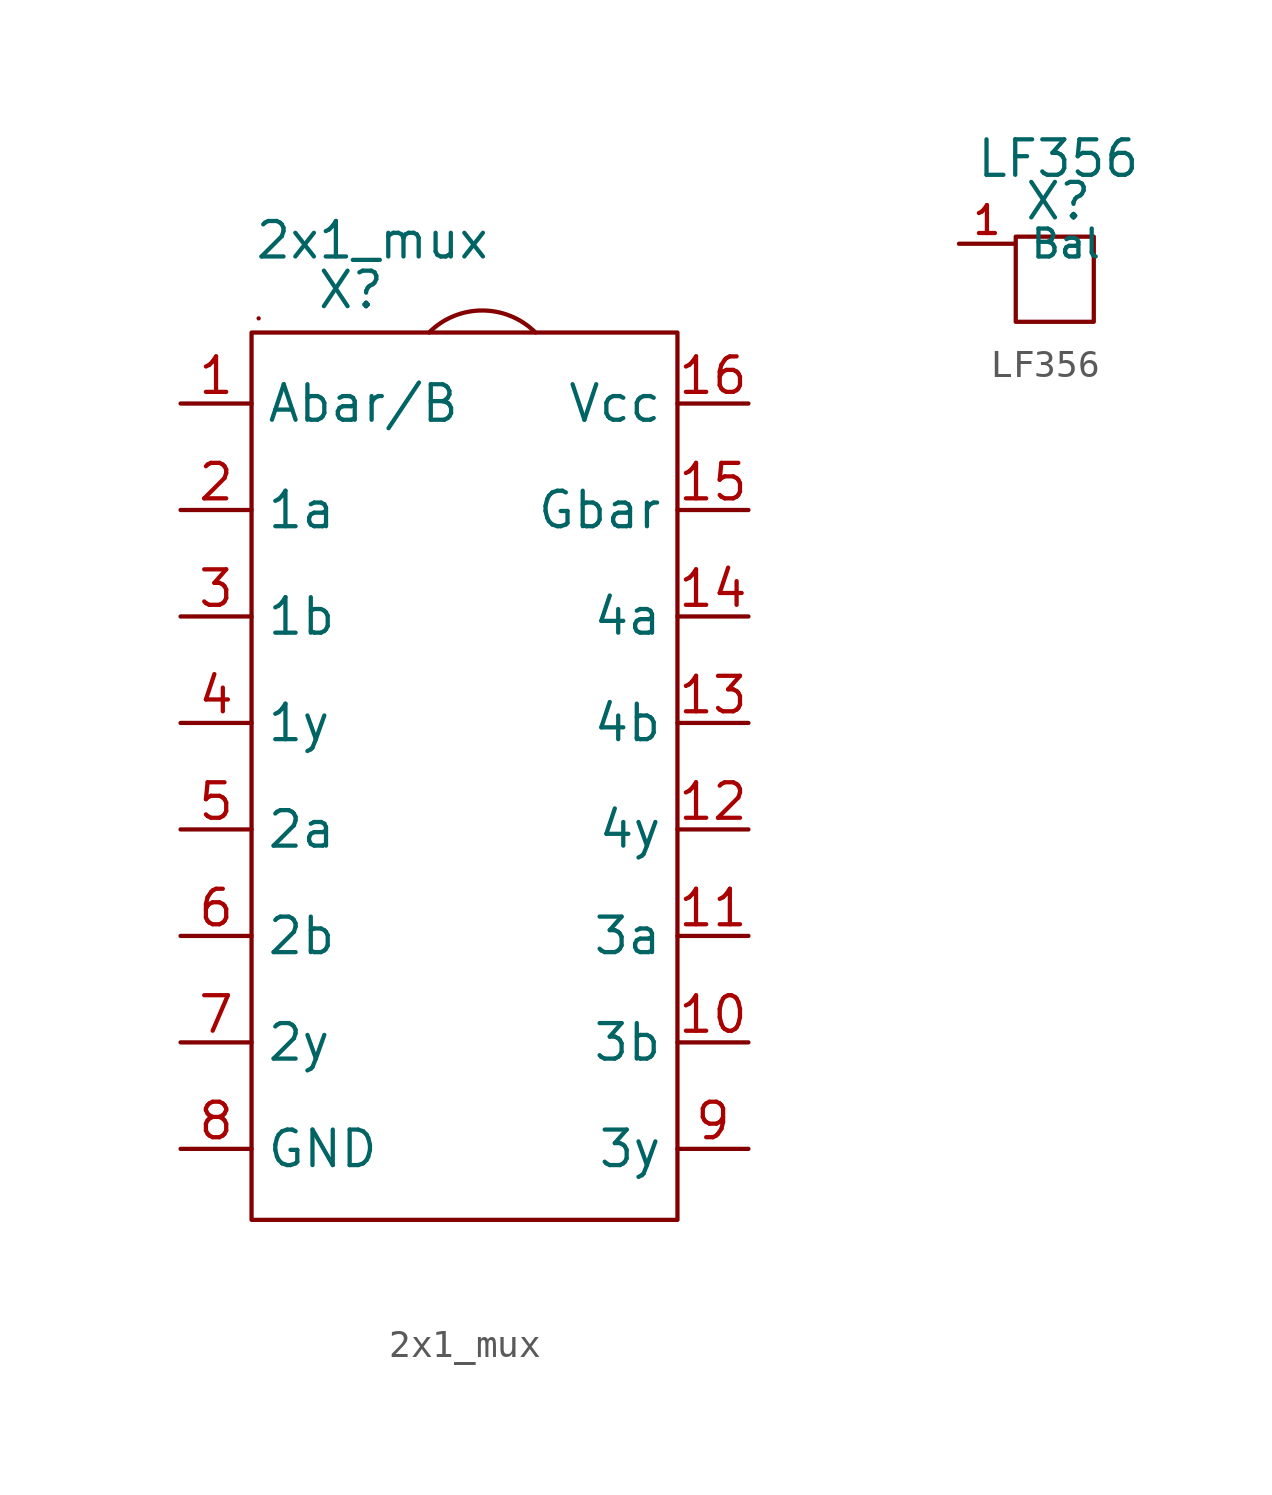
<source format=kicad_sym>
(kicad_symbol_lib
  (version 20211014)
  (generator kicad_symbol_editor)
  (symbol "2x1_mux"
    (property "Reference" "X"
      (at -0.254 4.064 0)
      (effects (font (size 1.27 1.27))))
    (property "Value" "2x1_mux"
      (at 0.508 5.842 0)
      (effects (font (size 1.27 1.27))))
    (symbol "2x1_mux_0_1"
      (rectangle (start -3.81 2.54) (end 11.43 -29.21) (stroke (width 0) (type default) (color 0 0 0 0)) (fill (type none)))
      (rectangle (start -3.556 3.048) (end -3.556 3.048) (stroke (width 0) (type default) (color 0 0 0 0)) (fill (type none)))
      (arc (start 6.35 2.54) (mid 4.445 7.1391) (end 2.54 2.54) (stroke (width 0) (type default) (color 0 0 0 0)) (fill (type none))))
    (symbol "2x1_mux_1_1"
      (pin input line (at -6.35 0 0) (length 2.54) (name "Abar/B" (effects (font (size 1.27 1.27)))) (number "1" (effects (font (size 1.27 1.27)))))
      (pin input line (at 13.97 -22.86 180) (length 2.54) (name "3b" (effects (font (size 1.27 1.27)))) (number "10" (effects (font (size 1.27 1.27)))))
      (pin input line (at 13.97 -19.05 180) (length 2.54) (name "3a" (effects (font (size 1.27 1.27)))) (number "11" (effects (font (size 1.27 1.27)))))
      (pin output line (at 13.97 -15.24 180) (length 2.54) (name "4y" (effects (font (size 1.27 1.27)))) (number "12" (effects (font (size 1.27 1.27)))))
      (pin input line (at 13.97 -11.43 180) (length 2.54) (name "4b" (effects (font (size 1.27 1.27)))) (number "13" (effects (font (size 1.27 1.27)))))
      (pin input line (at 13.97 -7.62 180) (length 2.54) (name "4a" (effects (font (size 1.27 1.27)))) (number "14" (effects (font (size 1.27 1.27)))))
      (pin input line (at 13.97 -3.81 180) (length 2.54) (name "Gbar" (effects (font (size 1.27 1.27)))) (number "15" (effects (font (size 1.27 1.27)))))
      (pin passive line (at 13.97 0 180) (length 2.54) (name "Vcc" (effects (font (size 1.27 1.27)))) (number "16" (effects (font (size 1.27 1.27)))))
      (pin input line (at -6.35 -3.81 0) (length 2.54) (name "1a" (effects (font (size 1.27 1.27)))) (number "2" (effects (font (size 1.27 1.27)))))
      (pin input line (at -6.35 -7.62 0) (length 2.54) (name "1b" (effects (font (size 1.27 1.27)))) (number "3" (effects (font (size 1.27 1.27)))))
      (pin output line (at -6.35 -11.43 0) (length 2.54) (name "1y" (effects (font (size 1.27 1.27)))) (number "4" (effects (font (size 1.27 1.27)))))
      (pin input line (at -6.35 -15.24 0) (length 2.54) (name "2a" (effects (font (size 1.27 1.27)))) (number "5" (effects (font (size 1.27 1.27)))))
      (pin input line (at -6.35 -19.05 0) (length 2.54) (name "2b" (effects (font (size 1.27 1.27)))) (number "6" (effects (font (size 1.27 1.27)))))
      (pin output line (at -6.35 -22.86 0) (length 2.54) (name "2y" (effects (font (size 1.27 1.27)))) (number "7" (effects (font (size 1.27 1.27)))))
      (pin passive line (at -6.35 -26.67 0) (length 2.54) (name "GND" (effects (font (size 1.27 1.27)))) (number "8" (effects (font (size 1.27 1.27)))))
      (pin output line (at 13.97 -26.67 180) (length 2.54) (name "3y" (effects (font (size 1.27 1.27)))) (number "9" (effects (font (size 1.27 1.27)))))))
  (symbol "LF356"
    (property "Reference" "X"
      (at 0 0 0)
      (effects (font (size 1.27 1.27))))
    (property "Value" "LF356"
      (at 0 1.524 0)
      (effects (font (size 1.27 1.27))))
    (symbol "LF356_0_1"
      (rectangle (start -1.524 -1.27) (end 1.27 -4.318) (stroke (width 0) (type default) (color 0 0 0 0)) (fill (type none))))
    (symbol "LF356_1_0"
      (pin input line (at -3.556 -1.524 0) (length 2) (name "Bal" (effects (font (size 1 1)))) (number "1" (effects (font (size 1 1))))))))
</source>
